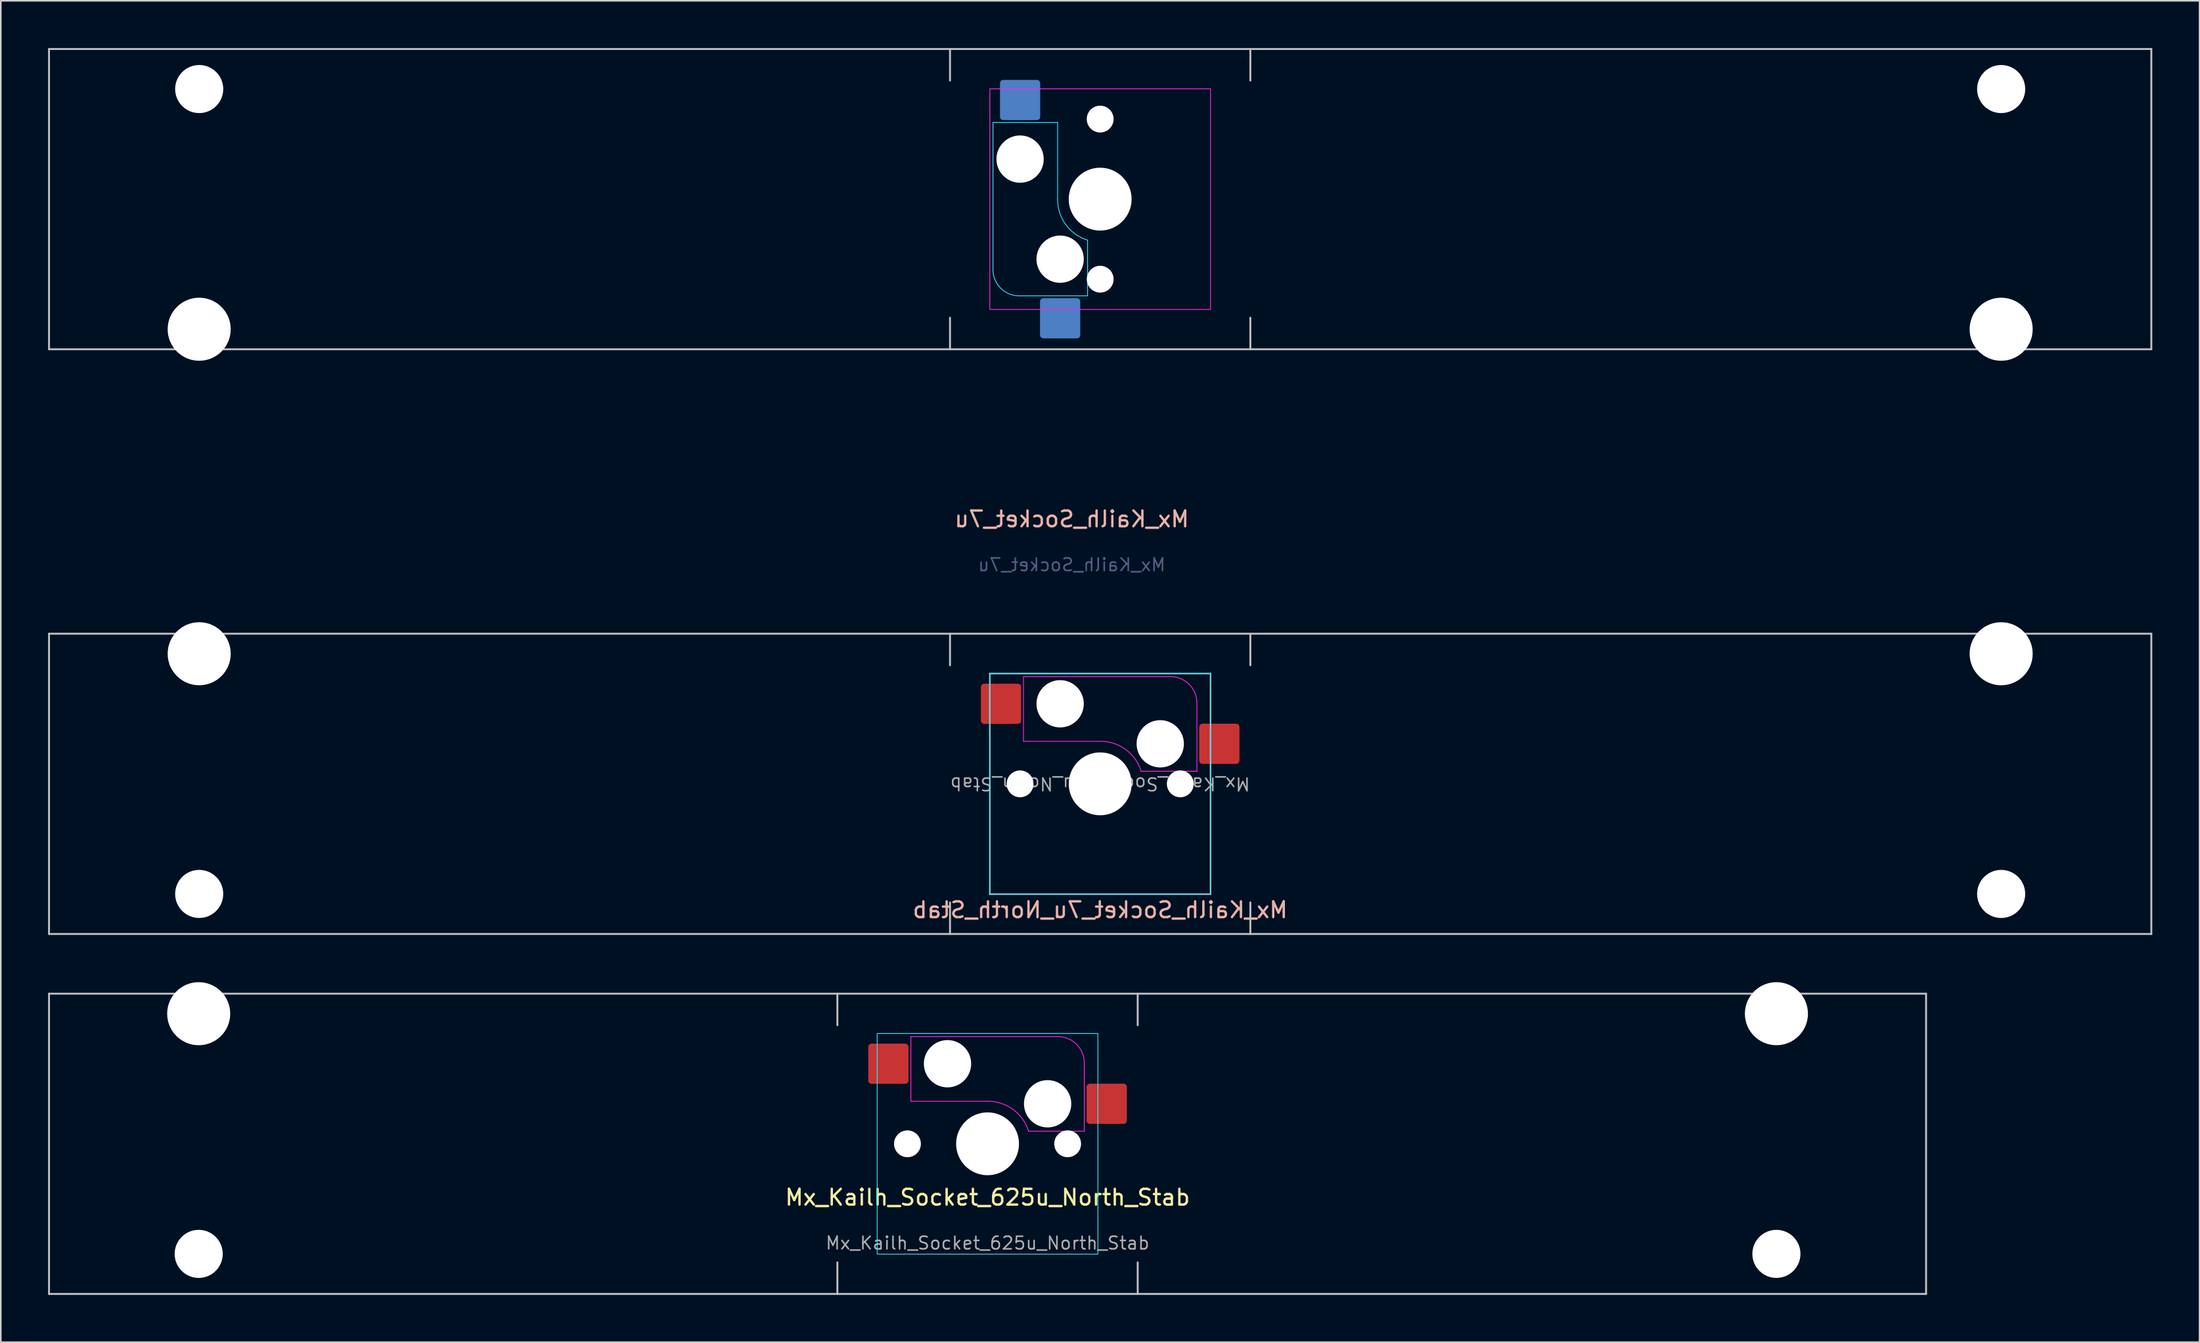
<source format=kicad_pcb>
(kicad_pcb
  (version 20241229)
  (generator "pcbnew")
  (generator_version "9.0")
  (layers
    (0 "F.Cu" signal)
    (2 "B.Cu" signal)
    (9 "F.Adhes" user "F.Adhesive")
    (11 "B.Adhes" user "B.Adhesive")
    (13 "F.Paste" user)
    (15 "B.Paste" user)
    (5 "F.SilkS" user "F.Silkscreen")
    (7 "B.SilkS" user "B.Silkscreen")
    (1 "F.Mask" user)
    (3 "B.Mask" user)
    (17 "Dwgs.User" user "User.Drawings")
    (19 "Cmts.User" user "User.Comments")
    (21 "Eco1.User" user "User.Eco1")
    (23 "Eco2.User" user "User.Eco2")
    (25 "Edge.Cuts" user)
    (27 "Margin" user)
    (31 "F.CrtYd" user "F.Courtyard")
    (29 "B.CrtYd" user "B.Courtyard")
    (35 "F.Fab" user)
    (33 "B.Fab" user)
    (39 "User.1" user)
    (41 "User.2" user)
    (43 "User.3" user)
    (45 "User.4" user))
  (footprint "Mx_Kailh_Socket_7u_North_Stab"
    (layer "F.Cu")
    (at 66.735 46.684)
    (property "Reference" "Mx_Kailh_Socket_7u_North_Stab" (at 0 8 180) (layer "B.SilkS") (effects (font (size 1 1) (thickness 0.15)) (justify mirror)))
    (attr through_hole)
    (fp_line (start -66.675 -9.525) (end -66.675 9.525) (stroke (width 0.12) (type solid)) (layer "Dwgs.User"))
    (fp_line (start -66.675 9.525) (end 66.675 9.525) (stroke (width 0.12) (type solid)) (layer "Dwgs.User"))
    (fp_line (start -9.525 -9.525) (end -9.525 -7.525) (stroke (width 0.12) (type solid)) (layer "Dwgs.User"))
    (fp_line (start -9.525 7.525) (end -9.525 9.525) (stroke (width 0.12) (type solid)) (layer "Dwgs.User"))
    (fp_line (start 9.525 -9.525) (end 9.525 -7.525) (stroke (width 0.12) (type solid)) (layer "Dwgs.User"))
    (fp_line (start 9.525 7.525) (end 9.525 9.525) (stroke (width 0.12) (type solid)) (layer "Dwgs.User"))
    (fp_line (start 66.675 -9.525) (end -66.675 -9.525) (stroke (width 0.12) (type solid)) (layer "Dwgs.User"))
    (fp_line (start 66.675 9.525) (end 66.675 -9.525) (stroke (width 0.12) (type solid)) (layer "Dwgs.User"))
    (fp_rect (start -7 7) (end 7 -7) (stroke (width 0.05) (type solid)) (fill no) (layer "B.CrtYd"))
    (fp_line (start -4.865 -6.8) (end -4.865 -2.7) (stroke (width 0.05) (type solid)) (layer "F.CrtYd"))
    (fp_line (start 0 -2.7) (end -4.865 -2.7) (stroke (width 0.05) (type solid)) (layer "F.CrtYd"))
    (fp_line (start 4.4 -6.8) (end -4.865 -6.8) (stroke (width 0.05) (type solid)) (layer "F.CrtYd"))
    (fp_line (start 6.135 -0.8) (end 2.6 -0.8) (stroke (width 0.05) (type solid)) (layer "F.CrtYd"))
    (fp_line (start 6.135 -0.8) (end 6.135 -5.2) (stroke (width 0.05) (type solid)) (layer "F.CrtYd"))
    (fp_arc (start 0 -2.7) (mid 1.615462 -2.181685) (end 2.6 -0.8) (stroke (width 0.05) (type solid)) (layer "F.CrtYd"))
    (fp_arc (start 4.4 -6.8) (mid 5.598871 -6.35933) (end 6.135 -5.2) (stroke (width 0.05) (type solid)) (layer "F.CrtYd"))
    (fp_line (start -7 -7) (end -7 7) (stroke (width 0.1) (type solid)) (layer "F.Fab"))
    (fp_line (start -7 7) (end 7 7) (stroke (width 0.1) (type solid)) (layer "F.Fab"))
    (fp_line (start 7 -7) (end -7 -7) (stroke (width 0.1) (type solid)) (layer "F.Fab"))
    (fp_line (start 7 7) (end 7 -7) (stroke (width 0.1) (type solid)) (layer "F.Fab"))
    (fp_text user "${REFERENCE}" (at 0 0 180) (unlocked yes) (layer "F.Fab") (effects (font (size 0.8 0.8) (thickness 0.1))))
    (pad "" np_thru_hole circle (at -57.15 -8.255) (size 4 4) (drill 4) (layers "*.Cu" "*.Mask"))
    (pad "" np_thru_hole circle (at -57.15 6.985) (size 3.05 3.05) (drill 3.05) (layers "*.Cu" "*.Mask"))
    (pad "" np_thru_hole circle (at -5.08 0) (size 1.702 1.702) (drill 1.702) (layers "*.Cu" "*.Mask"))
    (pad "" np_thru_hole circle (at -2.54 -5.08) (size 3 3) (drill 3) (layers "*.Cu" "*.Mask"))
    (pad "" np_thru_hole circle (at 0 0) (size 3.988 3.988) (drill 3.988) (layers "*.Cu" "*.Mask"))
    (pad "" np_thru_hole circle (at 3.81 -2.54) (size 3 3) (drill 3) (layers "*.Cu" "*.Mask"))
    (pad "" np_thru_hole circle (at 5.08 0) (size 1.702 1.702) (drill 1.702) (layers "*.Cu" "*.Mask"))
    (pad "" np_thru_hole circle (at 57.15 -8.255) (size 4 4) (drill 4) (layers "*.Cu" "*.Mask"))
    (pad "" np_thru_hole circle (at 57.15 6.985) (size 3.05 3.05) (drill 3.05) (layers "*.Cu" "*.Mask"))
    (pad "1" smd roundrect (at -6.29 -5.08) (size 2.55 2.55) (layers "F.Cu" "F.Mask" "F.Paste") (roundrect_rratio 0.08))
    (pad "2" smd roundrect (at 7.56 -2.54) (size 2.55 2.55) (layers "F.Cu" "F.Mask" "F.Paste") (roundrect_rratio 0.08)))
  (footprint "Mx_Kailh_Socket_7u"
    (layer "F.Cu")
    (at 66.735 9.585)
    (property "Reference" "Mx_Kailh_Socket_7u" (at -1.8 20.3 0) (layer "B.SilkS") (effects (font (size 1 1) (thickness 0.15)) (justify mirror)))
    (attr through_hole)
    (fp_line (start -66.675 -9.525) (end -66.675 9.525) (stroke (width 0.12) (type solid)) (layer "Dwgs.User"))
    (fp_line (start -66.675 9.525) (end 66.675 9.525) (stroke (width 0.12) (type solid)) (layer "Dwgs.User"))
    (fp_line (start -9.525 -9.525) (end -9.525 -7.525) (stroke (width 0.12) (type solid)) (layer "Dwgs.User"))
    (fp_line (start -9.525 7.525) (end -9.525 9.525) (stroke (width 0.12) (type solid)) (layer "Dwgs.User"))
    (fp_line (start 9.525 -9.525) (end 9.525 -7.525) (stroke (width 0.12) (type solid)) (layer "Dwgs.User"))
    (fp_line (start 9.525 7.525) (end 9.525 9.525) (stroke (width 0.12) (type solid)) (layer "Dwgs.User"))
    (fp_line (start 66.675 -9.525) (end -66.675 -9.525) (stroke (width 0.12) (type solid)) (layer "Dwgs.User"))
    (fp_line (start 66.675 9.525) (end 66.675 -9.525) (stroke (width 0.12) (type solid)) (layer "Dwgs.User"))
    (fp_line (start -6.8 -4.865) (end -2.7 -4.865) (stroke (width 0.05) (type solid)) (layer "B.CrtYd"))
    (fp_line (start -6.8 4.4) (end -6.8 -4.865) (stroke (width 0.05) (type solid)) (layer "B.CrtYd"))
    (fp_line (start -2.7 0) (end -2.7 -4.865) (stroke (width 0.05) (type solid)) (layer "B.CrtYd"))
    (fp_line (start -0.8 6.135) (end -5.2 6.135) (stroke (width 0.05) (type solid)) (layer "B.CrtYd"))
    (fp_line (start -0.8 6.135) (end -0.8 2.6) (stroke (width 0.05) (type solid)) (layer "B.CrtYd"))
    (fp_arc (start -5.2 6.135) (mid -6.35933 5.598871) (end -6.8 4.4) (stroke (width 0.05) (type solid)) (layer "B.CrtYd"))
    (fp_arc (start -0.8 2.6) (mid -2.181685 1.615462) (end -2.7 0) (stroke (width 0.05) (type solid)) (layer "B.CrtYd"))
    (fp_rect (start 7 -7) (end -7 7) (stroke (width 0.05) (type solid)) (fill no) (layer "F.CrtYd"))
    (fp_text user "${REFERENCE}" (at -1.8 23.2 0) (unlocked yes) (layer "B.Fab") (effects (font (size 0.8 0.8) (thickness 0.1)) (justify mirror)))
    (pad "" np_thru_hole circle (at -57.15 -6.985) (size 3.05 3.05) (drill 3.05) (layers "*.Cu" "*.Mask"))
    (pad "" np_thru_hole circle (at -57.15 8.255) (size 4 4) (drill 4) (layers "*.Cu" "*.Mask"))
    (pad "" np_thru_hole circle (at -5.08 -2.54 90) (size 3 3) (drill 3) (layers "*.Cu" "*.Mask"))
    (pad "" np_thru_hole circle (at -2.54 3.81 90) (size 3 3) (drill 3) (layers "*.Cu" "*.Mask"))
    (pad "" np_thru_hole circle (at 0 -5.08 90) (size 1.702 1.702) (drill 1.702) (layers "*.Cu" "*.Mask"))
    (pad "" np_thru_hole circle (at 0 0 90) (size 3.988 3.988) (drill 3.988) (layers "*.Cu" "*.Mask"))
    (pad "" np_thru_hole circle (at 0 5.08 90) (size 1.702 1.702) (drill 1.702) (layers "*.Cu" "*.Mask"))
    (pad "" np_thru_hole circle (at 57.15 -6.985) (size 3.05 3.05) (drill 3.05) (layers "*.Cu" "*.Mask"))
    (pad "" np_thru_hole circle (at 57.15 8.255) (size 4 4) (drill 4) (layers "*.Cu" "*.Mask"))
    (pad "1" smd roundrect (at -5.08 -6.29 90) (size 2.55 2.55) (layers "B.Cu" "B.Mask" "B.Paste") (roundrect_rratio 0.08))
    (pad "2" smd roundrect (at -2.54 7.56 90) (size 2.55 2.55) (layers "B.Cu" "B.Mask" "B.Paste") (roundrect_rratio 0.08)))
  (footprint "Mx_Kailh_Socket_625u_North_Stab"
    (layer "F.Cu")
    (at 59.591 69.523)
    (property "Reference" "Mx_Kailh_Socket_625u_North_Stab" (at 0 3.4 0) (layer "F.SilkS") (effects (font (size 1 1) (thickness 0.15))))
    (attr through_hole)
    (fp_line (start -59.531 -9.525) (end -59.531 9.525) (stroke (width 0.12) (type solid)) (layer "Dwgs.User"))
    (fp_line (start -59.531 9.525) (end 59.531 9.525) (stroke (width 0.12) (type solid)) (layer "Dwgs.User"))
    (fp_line (start -9.525 -9.525) (end -9.525 -7.525) (stroke (width 0.12) (type solid)) (layer "Dwgs.User"))
    (fp_line (start -9.525 7.525) (end -9.525 9.525) (stroke (width 0.12) (type solid)) (layer "Dwgs.User"))
    (fp_line (start 9.525 -9.525) (end 9.525 -7.525) (stroke (width 0.12) (type solid)) (layer "Dwgs.User"))
    (fp_line (start 9.525 7.525) (end 9.525 9.525) (stroke (width 0.12) (type solid)) (layer "Dwgs.User"))
    (fp_line (start 59.531 -9.525) (end -59.531 -9.525) (stroke (width 0.12) (type solid)) (layer "Dwgs.User"))
    (fp_line (start 59.531 9.525) (end 59.531 -9.525) (stroke (width 0.12) (type solid)) (layer "Dwgs.User"))
    (fp_rect (start -7 7) (end 7 -7) (stroke (width 0.05) (type solid)) (fill no) (layer "B.CrtYd"))
    (fp_line (start -4.865 -6.8) (end -4.865 -2.7) (stroke (width 0.05) (type solid)) (layer "F.CrtYd"))
    (fp_line (start 0 -2.7) (end -4.865 -2.7) (stroke (width 0.05) (type solid)) (layer "F.CrtYd"))
    (fp_line (start 4.4 -6.8) (end -4.865 -6.8) (stroke (width 0.05) (type solid)) (layer "F.CrtYd"))
    (fp_line (start 6.135 -0.8) (end 2.6 -0.8) (stroke (width 0.05) (type solid)) (layer "F.CrtYd"))
    (fp_line (start 6.135 -0.8) (end 6.135 -5.2) (stroke (width 0.05) (type solid)) (layer "F.CrtYd"))
    (fp_arc (start 0 -2.7) (mid 1.615462 -2.181685) (end 2.6 -0.8) (stroke (width 0.05) (type solid)) (layer "F.CrtYd"))
    (fp_arc (start 4.4 -6.8) (mid 5.598871 -6.35933) (end 6.135 -5.2) (stroke (width 0.05) (type solid)) (layer "F.CrtYd"))
    (fp_text user "${REFERENCE}" (at 0 6.3 0) (unlocked yes) (layer "F.Fab") (effects (font (size 0.8 0.8) (thickness 0.1))))
    (pad "" np_thru_hole circle (at -50.038 -8.255) (size 4 4) (drill 4) (layers "*.Cu" "*.Mask"))
    (pad "" np_thru_hole circle (at -50.038 6.985) (size 3.05 3.05) (drill 3.05) (layers "*.Cu" "*.Mask"))
    (pad "" np_thru_hole circle (at -5.08 0) (size 1.702 1.702) (drill 1.702) (layers "*.Cu" "*.Mask"))
    (pad "" np_thru_hole circle (at -2.54 -5.08) (size 3 3) (drill 3) (layers "*.Cu" "*.Mask"))
    (pad "" np_thru_hole circle (at 0 0) (size 3.988 3.988) (drill 3.988) (layers "*.Cu" "*.Mask"))
    (pad "" np_thru_hole circle (at 3.81 -2.54) (size 3 3) (drill 3) (layers "*.Cu" "*.Mask"))
    (pad "" np_thru_hole circle (at 5.08 0) (size 1.702 1.702) (drill 1.702) (layers "*.Cu" "*.Mask"))
    (pad "" np_thru_hole circle (at 50.038 -8.255) (size 4 4) (drill 4) (layers "*.Cu" "*.Mask"))
    (pad "" np_thru_hole circle (at 50.038 6.985) (size 3.05 3.05) (drill 3.05) (layers "*.Cu" "*.Mask"))
    (pad "1" smd roundrect (at -6.29 -5.08) (size 2.55 2.55) (layers "F.Cu" "F.Mask" "F.Paste") (roundrect_rratio 0.08))
    (pad "2" smd roundrect (at 7.56 -2.54) (size 2.55 2.55) (layers "F.Cu" "F.Mask" "F.Paste") (roundrect_rratio 0.08)))
  (gr_rect
    (start -3 -3)
    (end 136.47 82.109)
    (stroke (width 0.1) (type default))
    (fill no)
    (layer "Edge.Cuts")))
</source>
